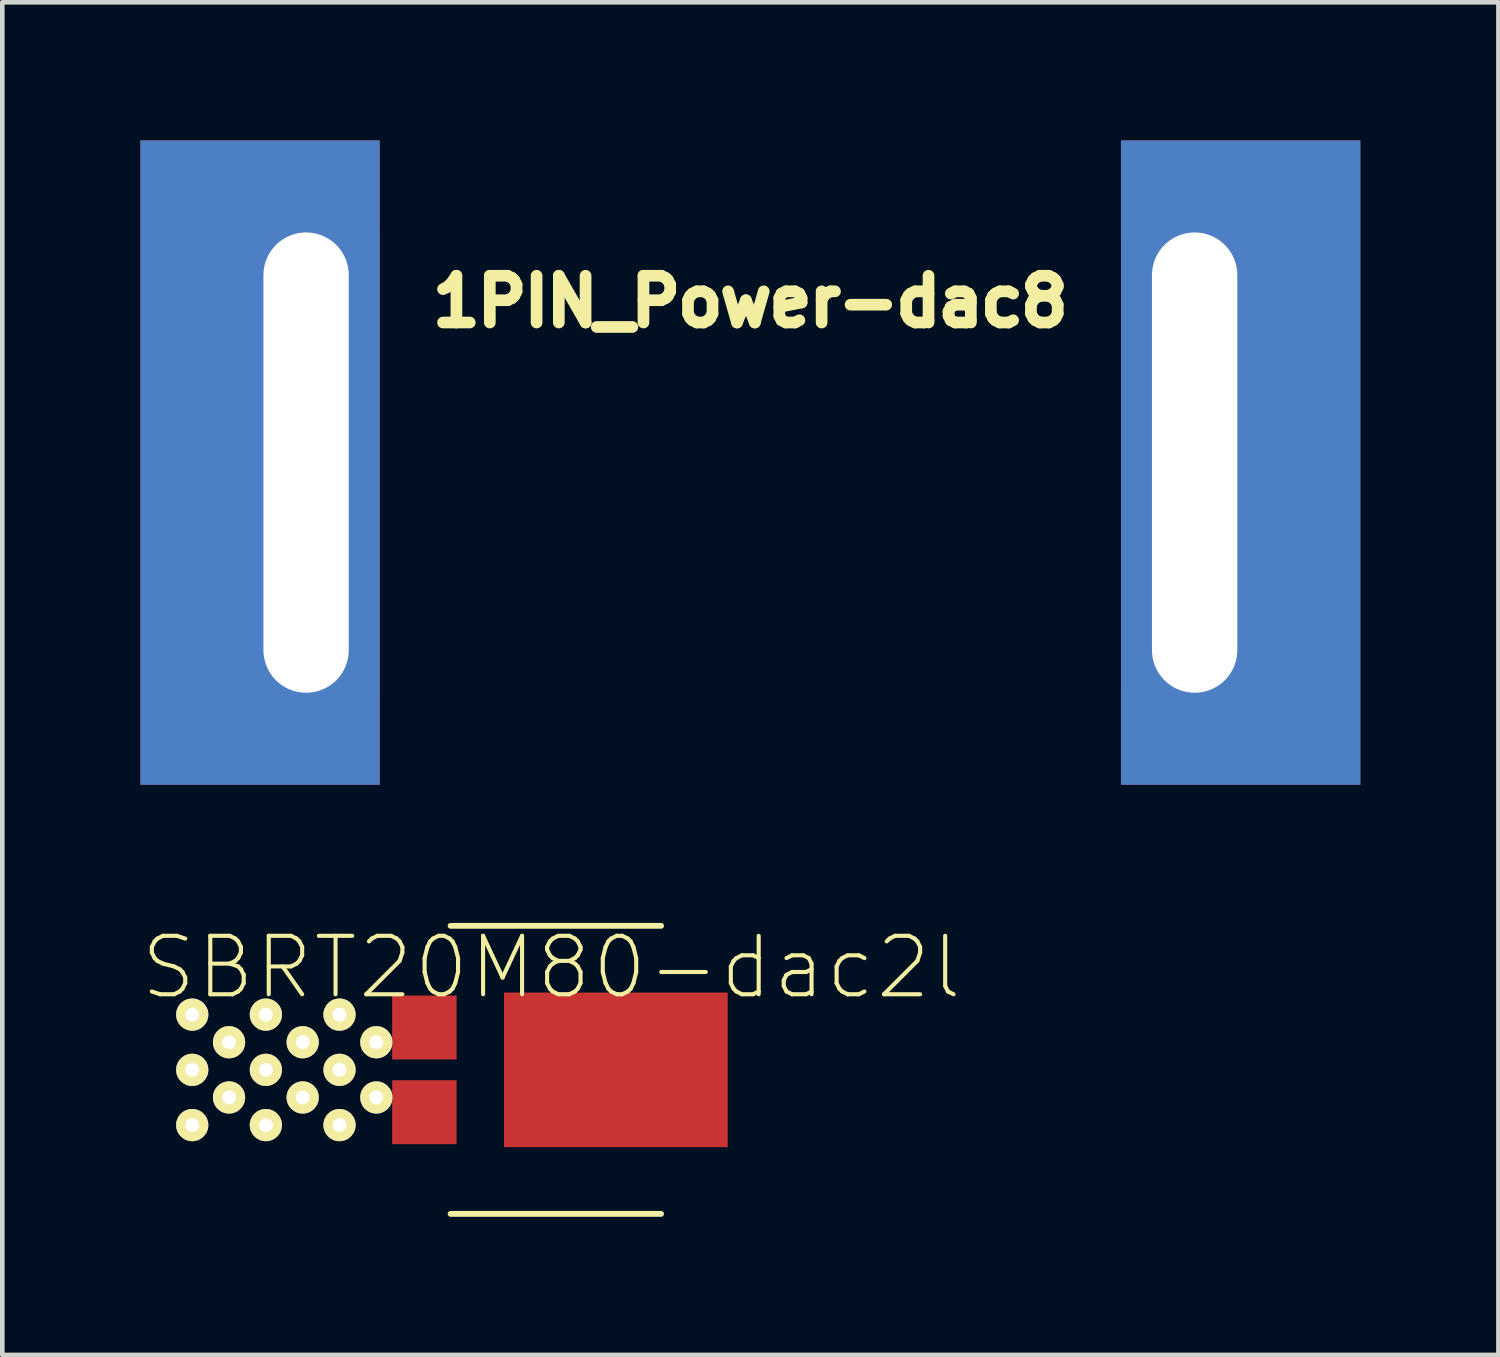
<source format=kicad_pcb>
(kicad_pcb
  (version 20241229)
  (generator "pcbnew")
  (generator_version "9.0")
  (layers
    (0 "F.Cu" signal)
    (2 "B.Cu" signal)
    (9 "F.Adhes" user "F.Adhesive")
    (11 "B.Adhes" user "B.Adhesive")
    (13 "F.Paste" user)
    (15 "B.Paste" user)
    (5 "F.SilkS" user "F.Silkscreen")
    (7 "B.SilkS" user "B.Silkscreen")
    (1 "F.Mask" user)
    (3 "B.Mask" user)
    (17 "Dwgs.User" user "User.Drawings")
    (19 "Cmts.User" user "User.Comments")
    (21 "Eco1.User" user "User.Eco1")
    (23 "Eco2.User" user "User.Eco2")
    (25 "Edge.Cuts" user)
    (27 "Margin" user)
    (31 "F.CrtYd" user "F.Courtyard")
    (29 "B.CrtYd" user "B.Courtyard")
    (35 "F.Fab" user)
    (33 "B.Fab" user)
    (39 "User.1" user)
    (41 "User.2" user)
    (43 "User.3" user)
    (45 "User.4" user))
  (footprint "1PIN_Power-dac8"
    (layer "F.Cu")
    (at 13.252 7)
    (property "Reference" "1PIN_Power-dac8" (at 0 -3.5 0) (layer "F.SilkS") (effects (font (size 1.016 1.016) (thickness 0.254))))
    (attr through_hole)
    (pad "1" smd oval (at -9.652 0) (size 3.2 13) (layers "F.Cu" "F.Mask"))
    (pad "1" thru_hole rect (at -9.652 0) (size 5.2 14) (drill oval 1.854 10 (offset -1 0)) (layers "*.Cu"))
    (pad "1" smd oval (at 9.652 0) (size 3.2 13) (layers "F.Cu" "F.Mask"))
    (pad "1" thru_hole rect (at 9.652 0) (size 5.2 14) (drill oval 1.854 10 (offset 1 0)) (layers "*.Cu")))
  (footprint "SBRT20M80-dac2l"
    (layer "F.Cu")
    (at 9.026 20.193)
    (property "Reference" "SBRT20M80-dac2l" (at -0.099 -2.225 0) (layer "F.SilkS") (effects (font (size 1.27 1.27) (thickness 0.089))))
    (attr smd)
    (fp_line (start -2.286 -3.129) (end 2.286 -3.129) (stroke (width 0.127) (type solid)) (layer "F.SilkS"))
    (fp_line (start -2.286 3.129) (end 2.286 3.129) (stroke (width 0.127) (type solid)) (layer "F.SilkS"))
    (pad "1" thru_hole circle (at -7.9 -1.2) (size 0.7 0.7) (drill 0.3) (layers "*.Cu" "*.Mask" "F.SilkS"))
    (pad "1" thru_hole circle (at -7.9 0) (size 0.7 0.7) (drill 0.3) (layers "*.Cu" "*.Mask" "F.SilkS"))
    (pad "1" thru_hole circle (at -7.9 1.2) (size 0.7 0.7) (drill 0.3) (layers "*.Cu" "*.Mask" "F.SilkS"))
    (pad "1" thru_hole circle (at -7.1 -0.6) (size 0.7 0.7) (drill 0.3) (layers "*.Cu" "*.Mask" "F.SilkS"))
    (pad "1" thru_hole circle (at -7.1 0.6) (size 0.7 0.7) (drill 0.3) (layers "*.Cu" "*.Mask" "F.SilkS"))
    (pad "1" thru_hole circle (at -6.3 -1.2) (size 0.7 0.7) (drill 0.3) (layers "*.Cu" "*.Mask" "F.SilkS"))
    (pad "1" thru_hole circle (at -6.3 0) (size 0.7 0.7) (drill 0.3) (layers "*.Cu" "*.Mask" "F.SilkS"))
    (pad "1" thru_hole circle (at -6.3 1.2) (size 0.7 0.7) (drill 0.3) (layers "*.Cu" "*.Mask" "F.SilkS"))
    (pad "1" thru_hole circle (at -5.5 -0.6) (size 0.7 0.7) (drill 0.3) (layers "*.Cu" "*.Mask" "F.SilkS"))
    (pad "1" thru_hole circle (at -5.5 0.6) (size 0.7 0.7) (drill 0.3) (layers "*.Cu" "*.Mask" "F.SilkS"))
    (pad "1" thru_hole circle (at -4.7 -1.2) (size 0.7 0.7) (drill 0.3) (layers "*.Cu" "*.Mask" "F.SilkS"))
    (pad "1" thru_hole circle (at -4.7 0) (size 0.7 0.7) (drill 0.3) (layers "*.Cu" "*.Mask" "F.SilkS"))
    (pad "1" thru_hole circle (at -4.7 1.2) (size 0.7 0.7) (drill 0.3) (layers "*.Cu" "*.Mask" "F.SilkS"))
    (pad "1" thru_hole circle (at -3.9 -0.6) (size 0.7 0.7) (drill 0.3) (layers "*.Cu" "*.Mask" "F.SilkS"))
    (pad "1" thru_hole circle (at -3.9 0.6) (size 0.7 0.7) (drill 0.3) (layers "*.Cu" "*.Mask" "F.SilkS"))
    (pad "1" smd rect (at -2.856 -0.92) (size 1.4 1.39) (layers "F.Cu" "F.Mask" "F.Paste"))
    (pad "1" smd rect (at -2.856 0.92) (size 1.4 1.39) (layers "F.Cu" "F.Mask" "F.Paste"))
    (pad "2" smd rect (at 1.304 0) (size 4.86 3.36) (layers "F.Cu" "F.Mask" "F.Paste")))
  (gr_rect
    (start -3 -3)
    (end 29.504 26.386)
    (stroke (width 0.1) (type default))
    (fill no)
    (layer "Edge.Cuts")))
</source>
